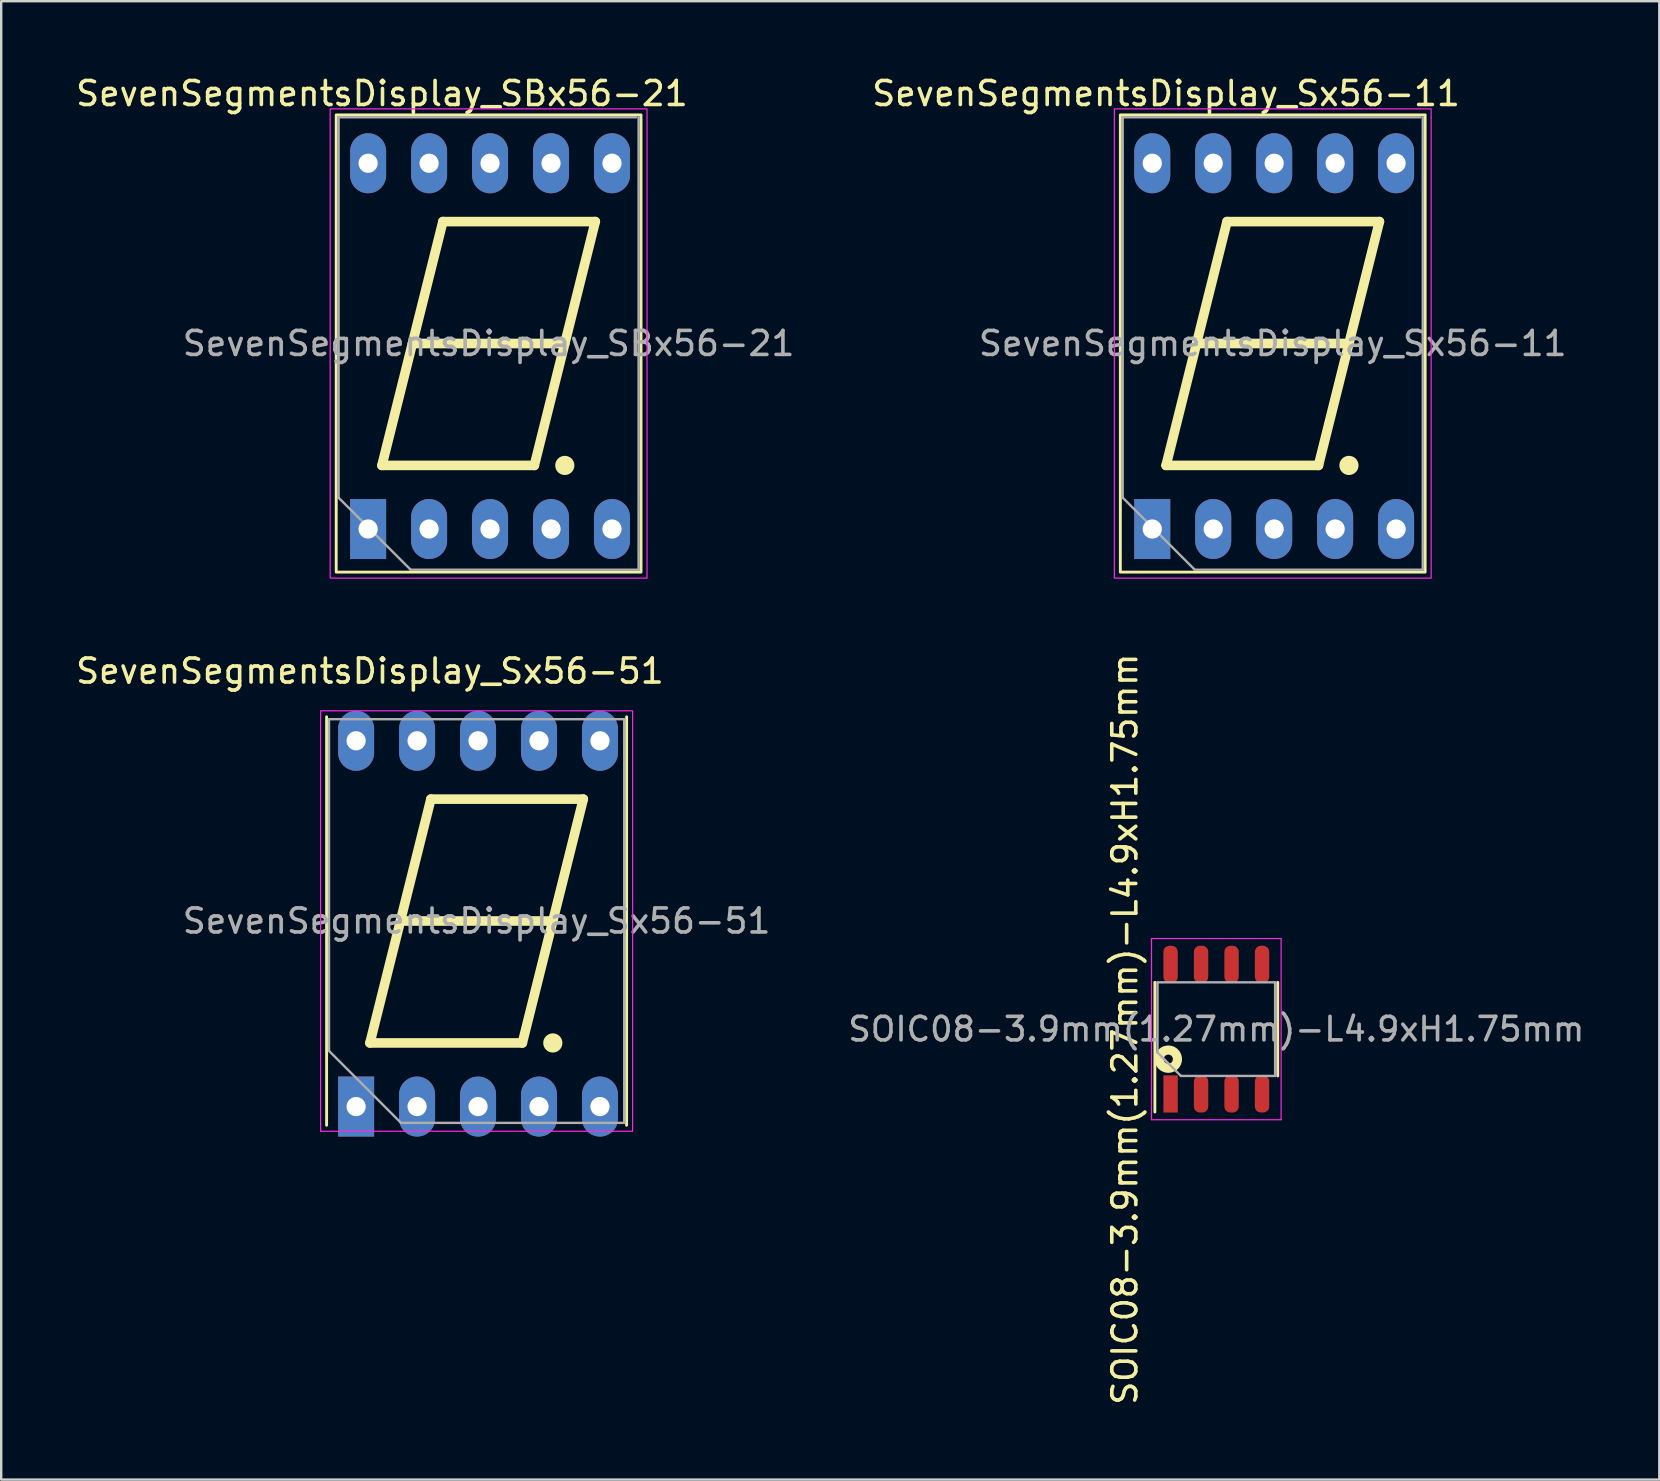
<source format=kicad_pcb>
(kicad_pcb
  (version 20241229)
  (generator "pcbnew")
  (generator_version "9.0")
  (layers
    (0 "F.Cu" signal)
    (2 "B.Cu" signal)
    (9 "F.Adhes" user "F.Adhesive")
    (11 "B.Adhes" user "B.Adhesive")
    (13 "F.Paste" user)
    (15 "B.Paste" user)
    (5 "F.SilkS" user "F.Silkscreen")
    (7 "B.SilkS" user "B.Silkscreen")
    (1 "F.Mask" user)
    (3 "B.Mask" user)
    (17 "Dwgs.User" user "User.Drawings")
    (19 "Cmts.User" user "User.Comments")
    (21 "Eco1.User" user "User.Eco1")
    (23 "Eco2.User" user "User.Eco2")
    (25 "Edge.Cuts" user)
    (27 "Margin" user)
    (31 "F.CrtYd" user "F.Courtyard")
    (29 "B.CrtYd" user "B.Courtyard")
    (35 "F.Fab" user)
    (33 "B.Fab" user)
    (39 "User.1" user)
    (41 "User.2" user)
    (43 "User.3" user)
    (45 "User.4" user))
  (footprint "SevenSegmentsDisplay_SBx56-21"
    (layer "F.Cu")
    (at 17.308 11.262)
    (property "Reference" "SevenSegmentsDisplay_SBx56-21" (at -4.445 -10.414 0) (layer "F.SilkS") (effects (font (size 1 1) (thickness 0.15))))
    (attr through_hole)
    (fp_line (start -4.445 5.08) (end 1.905 5.08) (stroke (width 0.4) (type solid)) (layer "F.SilkS"))
    (fp_line (start -1.905 -5.08) (end -4.445 5.08) (stroke (width 0.4) (type solid)) (layer "F.SilkS"))
    (fp_line (start 1.905 5.08) (end 4.445 -5.08) (stroke (width 0.4) (type solid)) (layer "F.SilkS"))
    (fp_line (start 3.175 0) (end -3.175 0) (stroke (width 0.4) (type solid)) (layer "F.SilkS"))
    (fp_line (start 4.445 -5.08) (end -1.905 -5.08) (stroke (width 0.4) (type solid)) (layer "F.SilkS"))
    (fp_rect (start -6.35 -9.525) (end 6.35 9.525) (stroke (width 0.12) (type solid)) (fill no) (layer "F.SilkS"))
    (fp_circle (center 3.175 5.08) (end 3.375 5.08) (stroke (width 0.4) (type solid)) (fill no) (layer "F.SilkS"))
    (fp_rect (start -6.6 -9.775) (end 6.6 9.775) (stroke (width 0.05) (type solid)) (fill no) (layer "F.CrtYd"))
    (fp_line (start -6.25 6.425) (end -6.25 -9.425) (stroke (width 0.1) (type solid)) (layer "F.Fab"))
    (fp_line (start -6.25 6.425) (end -3.25 9.425) (stroke (width 0.1) (type solid)) (layer "F.Fab"))
    (fp_line (start -3.25 9.425) (end 6.25 9.425) (stroke (width 0.1) (type solid)) (layer "F.Fab"))
    (fp_line (start 6.15 -9.425) (end -6.25 -9.425) (stroke (width 0.1) (type solid)) (layer "F.Fab"))
    (fp_line (start 6.25 9.425) (end 6.25 -9.425) (stroke (width 0.1) (type solid)) (layer "F.Fab"))
    (fp_text user "${REFERENCE}" (at 0 0 180) (layer "F.Fab") (effects (font (size 1 1) (thickness 0.15))))
    (pad "1" thru_hole rect (at -5.02 7.73) (size 1.5 2.5) (drill 0.8) (layers "*.Cu" "*.Mask"))
    (pad "2" thru_hole oval (at -2.48 7.73) (size 1.5 2.5) (drill 0.8) (layers "*.Cu" "*.Mask"))
    (pad "3" thru_hole oval (at 0.06 7.73) (size 1.5 2.5) (drill 0.8) (layers "*.Cu" "*.Mask"))
    (pad "4" thru_hole oval (at 2.6 7.73) (size 1.5 2.5) (drill 0.8) (layers "*.Cu" "*.Mask"))
    (pad "5" thru_hole oval (at 5.14 7.73) (size 1.5 2.5) (drill 0.8) (layers "*.Cu" "*.Mask"))
    (pad "6" thru_hole oval (at 5.14 -7.51) (size 1.5 2.5) (drill 0.8) (layers "*.Cu" "*.Mask"))
    (pad "7" thru_hole oval (at 2.6 -7.51) (size 1.5 2.5) (drill 0.8) (layers "*.Cu" "*.Mask"))
    (pad "8" thru_hole oval (at 0.06 -7.51) (size 1.5 2.5) (drill 0.8) (layers "*.Cu" "*.Mask"))
    (pad "9" thru_hole oval (at -2.48 -7.51) (size 1.5 2.5) (drill 0.8) (layers "*.Cu" "*.Mask"))
    (pad "10" thru_hole oval (at -5.02 -7.51) (size 1.5 2.5) (drill 0.8) (layers "*.Cu" "*.Mask")))
  (footprint "SevenSegmentsDisplay_Sx56-51"
    (layer "F.Cu")
    (at 16.808 35.325)
    (property "Reference" "SevenSegmentsDisplay_Sx56-51" (at -4.445 -10.414 0) (layer "F.SilkS") (effects (font (size 1 1) (thickness 0.15))))
    (attr through_hole)
    (fp_line (start -6.25 -8.51) (end -6.25 8.51) (stroke (width 0.12) (type solid)) (layer "F.SilkS"))
    (fp_line (start -4.445 5.08) (end 1.905 5.08) (stroke (width 0.4) (type solid)) (layer "F.SilkS"))
    (fp_line (start -1.905 -5.08) (end -4.445 5.08) (stroke (width 0.4) (type solid)) (layer "F.SilkS"))
    (fp_line (start 1.905 5.08) (end 4.445 -5.08) (stroke (width 0.4) (type solid)) (layer "F.SilkS"))
    (fp_line (start 3.175 0) (end -3.175 0) (stroke (width 0.4) (type solid)) (layer "F.SilkS"))
    (fp_line (start 4.445 -5.08) (end -1.905 -5.08) (stroke (width 0.4) (type solid)) (layer "F.SilkS"))
    (fp_line (start 6.25 8.51) (end 6.25 -8.51) (stroke (width 0.12) (type solid)) (layer "F.SilkS"))
    (fp_circle (center 3.175 5.08) (end 3.375 5.08) (stroke (width 0.4) (type solid)) (fill no) (layer "F.SilkS"))
    (fp_rect (start -6.5 -8.76) (end 6.5 8.76) (stroke (width 0.05) (type solid)) (fill no) (layer "F.CrtYd"))
    (fp_line (start -6.15 -8.41) (end -6.15 5.41) (stroke (width 0.1) (type solid)) (layer "F.Fab"))
    (fp_line (start -6.15 5.41) (end -3.15 8.41) (stroke (width 0.1) (type solid)) (layer "F.Fab"))
    (fp_line (start -3.15 8.41) (end 6.15 8.41) (stroke (width 0.1) (type solid)) (layer "F.Fab"))
    (fp_line (start 6.15 -8.41) (end -6.15 -8.41) (stroke (width 0.1) (type solid)) (layer "F.Fab"))
    (fp_line (start 6.15 8.41) (end 6.15 -8.41) (stroke (width 0.1) (type solid)) (layer "F.Fab"))
    (fp_text user "${REFERENCE}" (at 0 0 180) (layer "F.Fab") (effects (font (size 1 1) (thickness 0.15))))
    (pad "1" thru_hole rect (at -5.02 7.73) (size 1.5 2.5) (drill 0.8) (layers "*.Cu" "*.Mask"))
    (pad "2" thru_hole oval (at -2.48 7.73) (size 1.5 2.5) (drill 0.8) (layers "*.Cu" "*.Mask"))
    (pad "3" thru_hole oval (at 0.06 7.73) (size 1.5 2.5) (drill 0.8) (layers "*.Cu" "*.Mask"))
    (pad "4" thru_hole oval (at 2.6 7.73) (size 1.5 2.5) (drill 0.8) (layers "*.Cu" "*.Mask"))
    (pad "5" thru_hole oval (at 5.14 7.73) (size 1.5 2.5) (drill 0.8) (layers "*.Cu" "*.Mask"))
    (pad "6" thru_hole oval (at 5.14 -7.51) (size 1.5 2.5) (drill 0.8) (layers "*.Cu" "*.Mask"))
    (pad "7" thru_hole oval (at 2.6 -7.51) (size 1.5 2.5) (drill 0.8) (layers "*.Cu" "*.Mask"))
    (pad "8" thru_hole oval (at 0.06 -7.51) (size 1.5 2.5) (drill 0.8) (layers "*.Cu" "*.Mask"))
    (pad "9" thru_hole oval (at -2.48 -7.51) (size 1.5 2.5) (drill 0.8) (layers "*.Cu" "*.Mask"))
    (pad "10" thru_hole oval (at -5.02 -7.51) (size 1.5 2.5) (drill 0.8) (layers "*.Cu" "*.Mask")))
  (footprint "SevenSegmentsDisplay_Sx56-11"
    (layer "F.Cu")
    (at 49.979 11.262)
    (property "Reference" "SevenSegmentsDisplay_Sx56-11" (at -4.445 -10.414 0) (layer "F.SilkS") (effects (font (size 1 1) (thickness 0.15))))
    (attr through_hole)
    (fp_line (start -4.445 5.08) (end 1.905 5.08) (stroke (width 0.4) (type solid)) (layer "F.SilkS"))
    (fp_line (start -1.905 -5.08) (end -4.445 5.08) (stroke (width 0.4) (type solid)) (layer "F.SilkS"))
    (fp_line (start 1.905 5.08) (end 4.445 -5.08) (stroke (width 0.4) (type solid)) (layer "F.SilkS"))
    (fp_line (start 3.175 0) (end -3.175 0) (stroke (width 0.4) (type solid)) (layer "F.SilkS"))
    (fp_line (start 4.445 -5.08) (end -1.905 -5.08) (stroke (width 0.4) (type solid)) (layer "F.SilkS"))
    (fp_rect (start -6.35 -9.525) (end 6.35 9.525) (stroke (width 0.12) (type solid)) (fill no) (layer "F.SilkS"))
    (fp_circle (center 3.175 5.08) (end 3.375 5.08) (stroke (width 0.4) (type solid)) (fill no) (layer "F.SilkS"))
    (fp_rect (start -6.6 -9.775) (end 6.6 9.775) (stroke (width 0.05) (type solid)) (fill no) (layer "F.CrtYd"))
    (fp_line (start -6.25 6.425) (end -6.25 -9.425) (stroke (width 0.1) (type solid)) (layer "F.Fab"))
    (fp_line (start -6.25 6.425) (end -3.25 9.425) (stroke (width 0.1) (type solid)) (layer "F.Fab"))
    (fp_line (start -3.25 9.425) (end 6.25 9.425) (stroke (width 0.1) (type solid)) (layer "F.Fab"))
    (fp_line (start 6.15 -9.425) (end -6.25 -9.425) (stroke (width 0.1) (type solid)) (layer "F.Fab"))
    (fp_line (start 6.25 9.425) (end 6.25 -9.425) (stroke (width 0.1) (type solid)) (layer "F.Fab"))
    (fp_text user "${REFERENCE}" (at 0 0 180) (layer "F.Fab") (effects (font (size 1 1) (thickness 0.15))))
    (pad "1" thru_hole rect (at -5.02 7.73) (size 1.5 2.5) (drill 0.8) (layers "*.Cu" "*.Mask"))
    (pad "2" thru_hole oval (at -2.48 7.73) (size 1.5 2.5) (drill 0.8) (layers "*.Cu" "*.Mask"))
    (pad "3" thru_hole oval (at 0.06 7.73) (size 1.5 2.5) (drill 0.8) (layers "*.Cu" "*.Mask"))
    (pad "4" thru_hole oval (at 2.6 7.73) (size 1.5 2.5) (drill 0.8) (layers "*.Cu" "*.Mask"))
    (pad "5" thru_hole oval (at 5.14 7.73) (size 1.5 2.5) (drill 0.8) (layers "*.Cu" "*.Mask"))
    (pad "6" thru_hole oval (at 5.14 -7.51) (size 1.5 2.5) (drill 0.8) (layers "*.Cu" "*.Mask"))
    (pad "7" thru_hole oval (at 2.6 -7.51) (size 1.5 2.5) (drill 0.8) (layers "*.Cu" "*.Mask"))
    (pad "8" thru_hole oval (at 0.06 -7.51) (size 1.5 2.5) (drill 0.8) (layers "*.Cu" "*.Mask"))
    (pad "9" thru_hole oval (at -2.48 -7.51) (size 1.5 2.5) (drill 0.8) (layers "*.Cu" "*.Mask"))
    (pad "10" thru_hole oval (at -5.02 -7.51) (size 1.5 2.5) (drill 0.8) (layers "*.Cu" "*.Mask")))
  (footprint "SOIC08-3.9mm(1.27mm)-L4.9xH1.75mm"
    (layer "F.Cu")
    (at 47.628 39.83)
    (property "Reference" "SOIC08-3.9mm(1.27mm)-L4.9xH1.75mm" (at -3.81 0 90) (unlocked yes) (layer "F.SilkS") (effects (font (size 1 1) (thickness 0.15))))
    (attr smd)
    (fp_line (start -2.56 3.45) (end -2.56 -1.95) (stroke (width 0.12) (type solid)) (layer "F.SilkS"))
    (fp_line (start 2.56 1.95) (end 2.56 -1.95) (stroke (width 0.12) (type solid)) (layer "F.SilkS"))
    (fp_circle (center -2 1.25) (end -1.81 1.25) (stroke (width 0.381) (type solid)) (fill no) (layer "F.SilkS"))
    (fp_line (start -2.7 -3.775) (end -2.7 3.775) (stroke (width 0.05) (type solid)) (layer "F.CrtYd"))
    (fp_line (start -2.7 3.775) (end 2.7 3.775) (stroke (width 0.05) (type solid)) (layer "F.CrtYd"))
    (fp_line (start 2.7 -3.775) (end -2.7 -3.775) (stroke (width 0.05) (type solid)) (layer "F.CrtYd"))
    (fp_line (start 2.7 3.775) (end 2.7 -3.775) (stroke (width 0.05) (type solid)) (layer "F.CrtYd"))
    (fp_line (start -2.45 -1.95) (end 2.45 -1.95) (stroke (width 0.1) (type solid)) (layer "F.Fab"))
    (fp_line (start -2.45 0.975) (end -2.45 -1.95) (stroke (width 0.1) (type solid)) (layer "F.Fab"))
    (fp_line (start -1.475 1.95) (end -2.45 0.975) (stroke (width 0.1) (type solid)) (layer "F.Fab"))
    (fp_line (start 2.45 -1.95) (end 2.45 1.95) (stroke (width 0.1) (type solid)) (layer "F.Fab"))
    (fp_line (start 2.45 1.95) (end -1.475 1.95) (stroke (width 0.1) (type solid)) (layer "F.Fab"))
    (fp_text user "${REFERENCE}" (at 0 0 180) (layer "F.Fab") (effects (font (size 0.98 0.98) (thickness 0.15))))
    (pad "1" smd rect (at -1.905 2.7 90) (size 1.55 0.6) (layers "F.Cu" "F.Mask" "F.Paste"))
    (pad "2" smd roundrect (at -0.635 2.7) (size 0.6 1.55) (layers "F.Cu" "F.Mask" "F.Paste") (roundrect_rratio 0.417))
    (pad "3" smd roundrect (at 0.635 2.7) (size 0.6 1.55) (layers "F.Cu" "F.Mask" "F.Paste") (roundrect_rratio 0.417))
    (pad "4" smd roundrect (at 1.905 2.7) (size 0.6 1.55) (layers "F.Cu" "F.Mask" "F.Paste") (roundrect_rratio 0.417))
    (pad "5" smd roundrect (at 1.905 -2.7) (size 0.6 1.55) (layers "F.Cu" "F.Mask" "F.Paste") (roundrect_rratio 0.417))
    (pad "6" smd roundrect (at 0.635 -2.7) (size 0.6 1.55) (layers "F.Cu" "F.Mask" "F.Paste") (roundrect_rratio 0.417))
    (pad "7" smd roundrect (at -0.635 -2.7) (size 0.6 1.55) (layers "F.Cu" "F.Mask" "F.Paste") (roundrect_rratio 0.417))
    (pad "8" smd roundrect (at -1.905 -2.7) (size 0.6 1.55) (layers "F.Cu" "F.Mask" "F.Paste") (roundrect_rratio 0.417)))
  (gr_rect
    (start -3 -3)
    (end 66.085 58.598)
    (stroke (width 0.1) (type default))
    (fill no)
    (layer "Edge.Cuts")))
</source>
